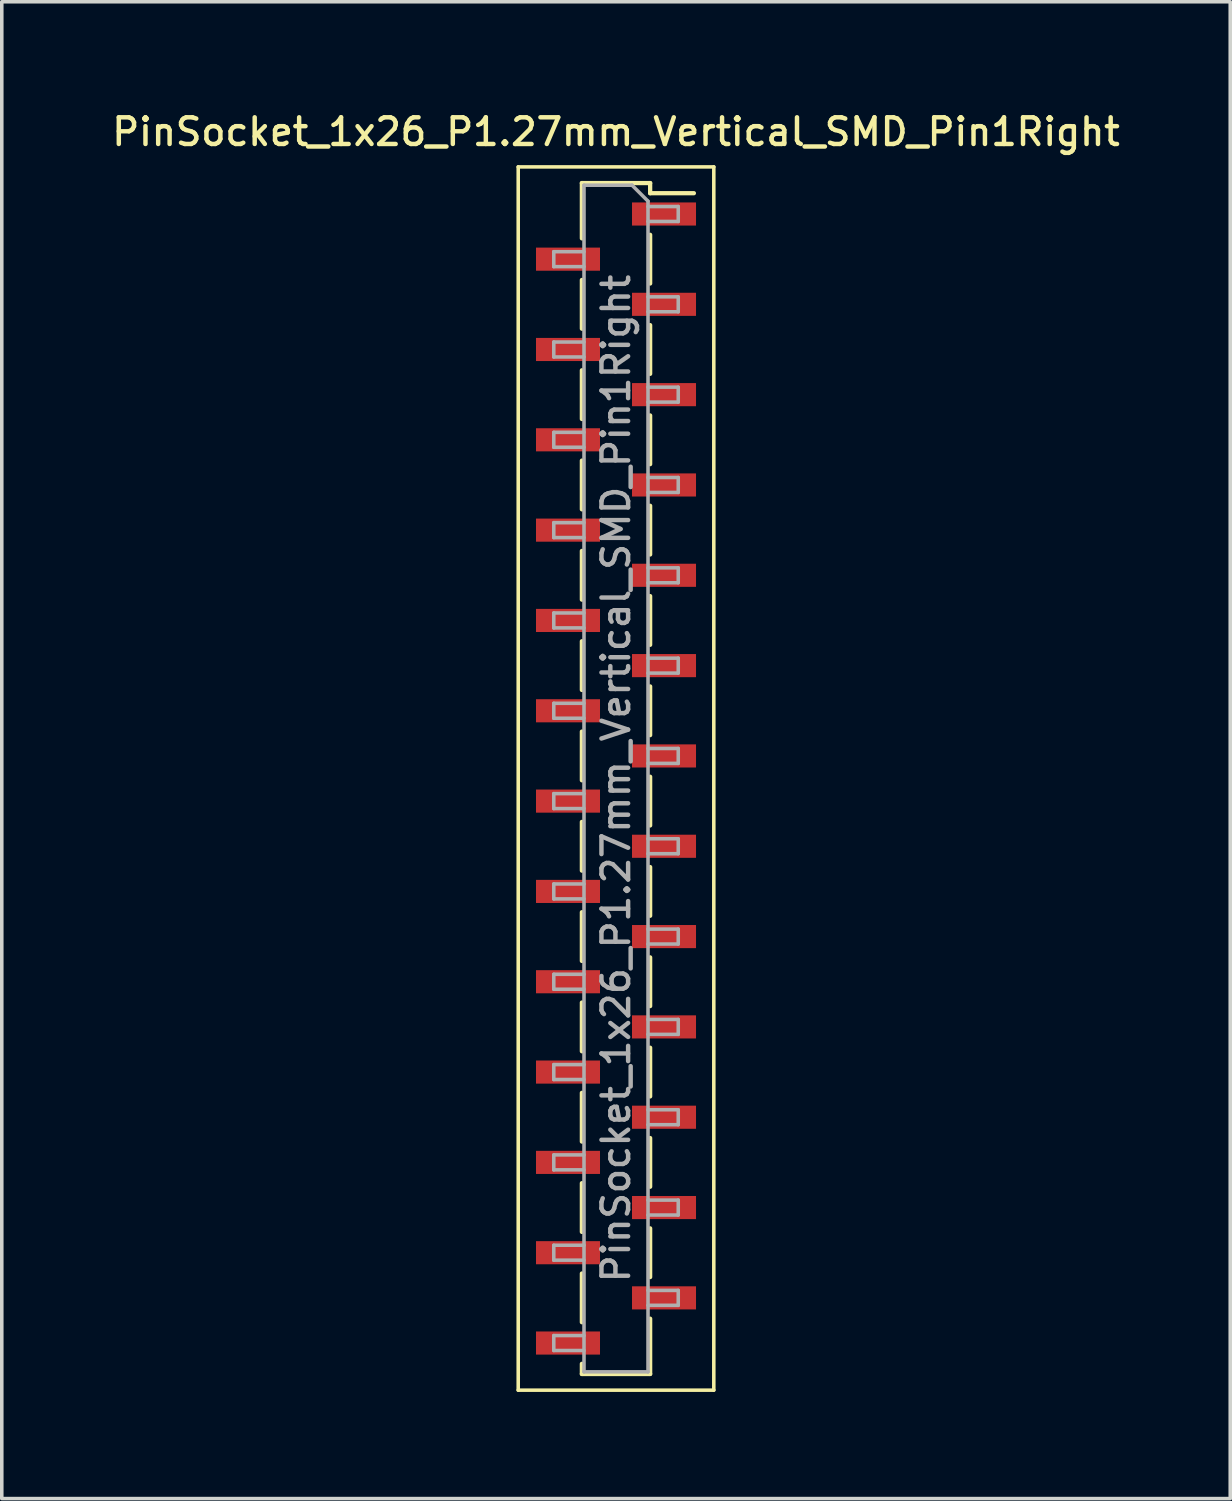
<source format=kicad_pcb>
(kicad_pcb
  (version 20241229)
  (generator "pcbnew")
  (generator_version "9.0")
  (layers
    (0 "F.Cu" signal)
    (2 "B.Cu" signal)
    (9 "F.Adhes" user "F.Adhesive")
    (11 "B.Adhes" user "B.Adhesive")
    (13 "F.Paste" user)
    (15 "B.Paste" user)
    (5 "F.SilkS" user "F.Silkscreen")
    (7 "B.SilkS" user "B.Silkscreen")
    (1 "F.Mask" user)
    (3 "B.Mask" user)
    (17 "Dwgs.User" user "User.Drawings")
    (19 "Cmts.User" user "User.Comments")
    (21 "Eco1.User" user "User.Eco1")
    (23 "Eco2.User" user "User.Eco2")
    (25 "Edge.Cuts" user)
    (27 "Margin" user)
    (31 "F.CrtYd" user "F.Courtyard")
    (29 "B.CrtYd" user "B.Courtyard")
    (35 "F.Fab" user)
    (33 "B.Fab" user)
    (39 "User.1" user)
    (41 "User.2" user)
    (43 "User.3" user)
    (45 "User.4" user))
  (footprint "PinSocket_1x26_P1.27mm_Vertical_SMD_Pin1Right"
    (layer "F.Cu")
    (at 14.273 18.843)
    (property "Reference" "PinSocket_1x26_P1.27mm_Vertical_SMD_Pin1Right" (at 0 -18.185 0) (layer "F.SilkS") (effects (font (size 0.75 0.75) (thickness 0.125))))
    (attr smd)
    (fp_line (start -2.75 -17.2) (end 2.75 -17.2) (stroke (width 0.1) (type solid)) (layer "F.SilkS"))
    (fp_line (start -2.75 17.2) (end -2.75 -17.2) (stroke (width 0.1) (type solid)) (layer "F.SilkS"))
    (fp_line (start -0.96 -16.745) (end -0.96 -15.19) (stroke (width 0.12) (type solid)) (layer "F.SilkS"))
    (fp_line (start -0.96 -16.745) (end 0.96 -16.745) (stroke (width 0.12) (type solid)) (layer "F.SilkS"))
    (fp_line (start -0.96 -14.02) (end -0.96 -12.65) (stroke (width 0.12) (type solid)) (layer "F.SilkS"))
    (fp_line (start -0.96 -11.48) (end -0.96 -10.11) (stroke (width 0.12) (type solid)) (layer "F.SilkS"))
    (fp_line (start -0.96 -8.94) (end -0.96 -7.57) (stroke (width 0.12) (type solid)) (layer "F.SilkS"))
    (fp_line (start -0.96 -6.4) (end -0.96 -5.03) (stroke (width 0.12) (type solid)) (layer "F.SilkS"))
    (fp_line (start -0.96 -3.86) (end -0.96 -2.49) (stroke (width 0.12) (type solid)) (layer "F.SilkS"))
    (fp_line (start -0.96 -1.32) (end -0.96 0.05) (stroke (width 0.12) (type solid)) (layer "F.SilkS"))
    (fp_line (start -0.96 1.22) (end -0.96 2.59) (stroke (width 0.12) (type solid)) (layer "F.SilkS"))
    (fp_line (start -0.96 3.76) (end -0.96 5.13) (stroke (width 0.12) (type solid)) (layer "F.SilkS"))
    (fp_line (start -0.96 6.3) (end -0.96 7.67) (stroke (width 0.12) (type solid)) (layer "F.SilkS"))
    (fp_line (start -0.96 8.84) (end -0.96 10.21) (stroke (width 0.12) (type solid)) (layer "F.SilkS"))
    (fp_line (start -0.96 11.38) (end -0.96 12.75) (stroke (width 0.12) (type solid)) (layer "F.SilkS"))
    (fp_line (start -0.96 13.92) (end -0.96 15.29) (stroke (width 0.12) (type solid)) (layer "F.SilkS"))
    (fp_line (start -0.96 16.46) (end -0.96 16.745) (stroke (width 0.12) (type solid)) (layer "F.SilkS"))
    (fp_line (start -0.96 16.745) (end 0.96 16.745) (stroke (width 0.12) (type solid)) (layer "F.SilkS"))
    (fp_line (start 0.96 -16.745) (end 0.96 -16.46) (stroke (width 0.12) (type solid)) (layer "F.SilkS"))
    (fp_line (start 0.96 -16.46) (end 2.19 -16.46) (stroke (width 0.12) (type solid)) (layer "F.SilkS"))
    (fp_line (start 0.96 -15.29) (end 0.96 -13.92) (stroke (width 0.12) (type solid)) (layer "F.SilkS"))
    (fp_line (start 0.96 -12.75) (end 0.96 -11.38) (stroke (width 0.12) (type solid)) (layer "F.SilkS"))
    (fp_line (start 0.96 -10.21) (end 0.96 -8.84) (stroke (width 0.12) (type solid)) (layer "F.SilkS"))
    (fp_line (start 0.96 -7.67) (end 0.96 -6.3) (stroke (width 0.12) (type solid)) (layer "F.SilkS"))
    (fp_line (start 0.96 -5.13) (end 0.96 -3.76) (stroke (width 0.12) (type solid)) (layer "F.SilkS"))
    (fp_line (start 0.96 -2.59) (end 0.96 -1.22) (stroke (width 0.12) (type solid)) (layer "F.SilkS"))
    (fp_line (start 0.96 -0.05) (end 0.96 1.32) (stroke (width 0.12) (type solid)) (layer "F.SilkS"))
    (fp_line (start 0.96 2.49) (end 0.96 3.86) (stroke (width 0.12) (type solid)) (layer "F.SilkS"))
    (fp_line (start 0.96 5.03) (end 0.96 6.4) (stroke (width 0.12) (type solid)) (layer "F.SilkS"))
    (fp_line (start 0.96 7.57) (end 0.96 8.94) (stroke (width 0.12) (type solid)) (layer "F.SilkS"))
    (fp_line (start 0.96 10.11) (end 0.96 11.48) (stroke (width 0.12) (type solid)) (layer "F.SilkS"))
    (fp_line (start 0.96 12.65) (end 0.96 14.02) (stroke (width 0.12) (type solid)) (layer "F.SilkS"))
    (fp_line (start 0.96 15.19) (end 0.96 16.745) (stroke (width 0.12) (type solid)) (layer "F.SilkS"))
    (fp_line (start 2.75 -17.2) (end 2.75 17.2) (stroke (width 0.1) (type solid)) (layer "F.SilkS"))
    (fp_line (start 2.75 17.2) (end -2.75 17.2) (stroke (width 0.1) (type solid)) (layer "F.SilkS"))
    (fp_line (start -1.75 -14.815) (end -0.9 -14.815) (stroke (width 0.1) (type solid)) (layer "F.Fab"))
    (fp_line (start -1.75 -14.395) (end -1.75 -14.815) (stroke (width 0.1) (type solid)) (layer "F.Fab"))
    (fp_line (start -1.75 -12.275) (end -0.9 -12.275) (stroke (width 0.1) (type solid)) (layer "F.Fab"))
    (fp_line (start -1.75 -11.855) (end -1.75 -12.275) (stroke (width 0.1) (type solid)) (layer "F.Fab"))
    (fp_line (start -1.75 -9.735) (end -0.9 -9.735) (stroke (width 0.1) (type solid)) (layer "F.Fab"))
    (fp_line (start -1.75 -9.315) (end -1.75 -9.735) (stroke (width 0.1) (type solid)) (layer "F.Fab"))
    (fp_line (start -1.75 -7.195) (end -0.9 -7.195) (stroke (width 0.1) (type solid)) (layer "F.Fab"))
    (fp_line (start -1.75 -6.775) (end -1.75 -7.195) (stroke (width 0.1) (type solid)) (layer "F.Fab"))
    (fp_line (start -1.75 -4.655) (end -0.9 -4.655) (stroke (width 0.1) (type solid)) (layer "F.Fab"))
    (fp_line (start -1.75 -4.235) (end -1.75 -4.655) (stroke (width 0.1) (type solid)) (layer "F.Fab"))
    (fp_line (start -1.75 -2.115) (end -0.9 -2.115) (stroke (width 0.1) (type solid)) (layer "F.Fab"))
    (fp_line (start -1.75 -1.695) (end -1.75 -2.115) (stroke (width 0.1) (type solid)) (layer "F.Fab"))
    (fp_line (start -1.75 0.425) (end -0.9 0.425) (stroke (width 0.1) (type solid)) (layer "F.Fab"))
    (fp_line (start -1.75 0.845) (end -1.75 0.425) (stroke (width 0.1) (type solid)) (layer "F.Fab"))
    (fp_line (start -1.75 2.965) (end -0.9 2.965) (stroke (width 0.1) (type solid)) (layer "F.Fab"))
    (fp_line (start -1.75 3.385) (end -1.75 2.965) (stroke (width 0.1) (type solid)) (layer "F.Fab"))
    (fp_line (start -1.75 5.505) (end -0.9 5.505) (stroke (width 0.1) (type solid)) (layer "F.Fab"))
    (fp_line (start -1.75 5.925) (end -1.75 5.505) (stroke (width 0.1) (type solid)) (layer "F.Fab"))
    (fp_line (start -1.75 8.045) (end -0.9 8.045) (stroke (width 0.1) (type solid)) (layer "F.Fab"))
    (fp_line (start -1.75 8.465) (end -1.75 8.045) (stroke (width 0.1) (type solid)) (layer "F.Fab"))
    (fp_line (start -1.75 10.585) (end -0.9 10.585) (stroke (width 0.1) (type solid)) (layer "F.Fab"))
    (fp_line (start -1.75 11.005) (end -1.75 10.585) (stroke (width 0.1) (type solid)) (layer "F.Fab"))
    (fp_line (start -1.75 13.125) (end -0.9 13.125) (stroke (width 0.1) (type solid)) (layer "F.Fab"))
    (fp_line (start -1.75 13.545) (end -1.75 13.125) (stroke (width 0.1) (type solid)) (layer "F.Fab"))
    (fp_line (start -1.75 15.665) (end -0.9 15.665) (stroke (width 0.1) (type solid)) (layer "F.Fab"))
    (fp_line (start -1.75 16.085) (end -1.75 15.665) (stroke (width 0.1) (type solid)) (layer "F.Fab"))
    (fp_line (start -0.9 -16.685) (end 0.45 -16.685) (stroke (width 0.1) (type solid)) (layer "F.Fab"))
    (fp_line (start -0.9 -14.395) (end -1.75 -14.395) (stroke (width 0.1) (type solid)) (layer "F.Fab"))
    (fp_line (start -0.9 -11.855) (end -1.75 -11.855) (stroke (width 0.1) (type solid)) (layer "F.Fab"))
    (fp_line (start -0.9 -9.315) (end -1.75 -9.315) (stroke (width 0.1) (type solid)) (layer "F.Fab"))
    (fp_line (start -0.9 -6.775) (end -1.75 -6.775) (stroke (width 0.1) (type solid)) (layer "F.Fab"))
    (fp_line (start -0.9 -4.235) (end -1.75 -4.235) (stroke (width 0.1) (type solid)) (layer "F.Fab"))
    (fp_line (start -0.9 -1.695) (end -1.75 -1.695) (stroke (width 0.1) (type solid)) (layer "F.Fab"))
    (fp_line (start -0.9 0.845) (end -1.75 0.845) (stroke (width 0.1) (type solid)) (layer "F.Fab"))
    (fp_line (start -0.9 3.385) (end -1.75 3.385) (stroke (width 0.1) (type solid)) (layer "F.Fab"))
    (fp_line (start -0.9 5.925) (end -1.75 5.925) (stroke (width 0.1) (type solid)) (layer "F.Fab"))
    (fp_line (start -0.9 8.465) (end -1.75 8.465) (stroke (width 0.1) (type solid)) (layer "F.Fab"))
    (fp_line (start -0.9 11.005) (end -1.75 11.005) (stroke (width 0.1) (type solid)) (layer "F.Fab"))
    (fp_line (start -0.9 13.545) (end -1.75 13.545) (stroke (width 0.1) (type solid)) (layer "F.Fab"))
    (fp_line (start -0.9 16.085) (end -1.75 16.085) (stroke (width 0.1) (type solid)) (layer "F.Fab"))
    (fp_line (start -0.9 16.685) (end -0.9 -16.685) (stroke (width 0.1) (type solid)) (layer "F.Fab"))
    (fp_line (start 0.45 -16.685) (end 0.9 -16.235) (stroke (width 0.1) (type solid)) (layer "F.Fab"))
    (fp_line (start 0.9 -16.235) (end 0.9 16.685) (stroke (width 0.1) (type solid)) (layer "F.Fab"))
    (fp_line (start 0.9 -16.085) (end 1.75 -16.085) (stroke (width 0.1) (type solid)) (layer "F.Fab"))
    (fp_line (start 0.9 -13.545) (end 1.75 -13.545) (stroke (width 0.1) (type solid)) (layer "F.Fab"))
    (fp_line (start 0.9 -11.005) (end 1.75 -11.005) (stroke (width 0.1) (type solid)) (layer "F.Fab"))
    (fp_line (start 0.9 -8.465) (end 1.75 -8.465) (stroke (width 0.1) (type solid)) (layer "F.Fab"))
    (fp_line (start 0.9 -5.925) (end 1.75 -5.925) (stroke (width 0.1) (type solid)) (layer "F.Fab"))
    (fp_line (start 0.9 -3.385) (end 1.75 -3.385) (stroke (width 0.1) (type solid)) (layer "F.Fab"))
    (fp_line (start 0.9 -0.845) (end 1.75 -0.845) (stroke (width 0.1) (type solid)) (layer "F.Fab"))
    (fp_line (start 0.9 1.695) (end 1.75 1.695) (stroke (width 0.1) (type solid)) (layer "F.Fab"))
    (fp_line (start 0.9 4.235) (end 1.75 4.235) (stroke (width 0.1) (type solid)) (layer "F.Fab"))
    (fp_line (start 0.9 6.775) (end 1.75 6.775) (stroke (width 0.1) (type solid)) (layer "F.Fab"))
    (fp_line (start 0.9 9.315) (end 1.75 9.315) (stroke (width 0.1) (type solid)) (layer "F.Fab"))
    (fp_line (start 0.9 11.855) (end 1.75 11.855) (stroke (width 0.1) (type solid)) (layer "F.Fab"))
    (fp_line (start 0.9 14.395) (end 1.75 14.395) (stroke (width 0.1) (type solid)) (layer "F.Fab"))
    (fp_line (start 0.9 16.685) (end -0.9 16.685) (stroke (width 0.1) (type solid)) (layer "F.Fab"))
    (fp_line (start 1.75 -16.085) (end 1.75 -15.665) (stroke (width 0.1) (type solid)) (layer "F.Fab"))
    (fp_line (start 1.75 -15.665) (end 0.9 -15.665) (stroke (width 0.1) (type solid)) (layer "F.Fab"))
    (fp_line (start 1.75 -13.545) (end 1.75 -13.125) (stroke (width 0.1) (type solid)) (layer "F.Fab"))
    (fp_line (start 1.75 -13.125) (end 0.9 -13.125) (stroke (width 0.1) (type solid)) (layer "F.Fab"))
    (fp_line (start 1.75 -11.005) (end 1.75 -10.585) (stroke (width 0.1) (type solid)) (layer "F.Fab"))
    (fp_line (start 1.75 -10.585) (end 0.9 -10.585) (stroke (width 0.1) (type solid)) (layer "F.Fab"))
    (fp_line (start 1.75 -8.465) (end 1.75 -8.045) (stroke (width 0.1) (type solid)) (layer "F.Fab"))
    (fp_line (start 1.75 -8.045) (end 0.9 -8.045) (stroke (width 0.1) (type solid)) (layer "F.Fab"))
    (fp_line (start 1.75 -5.925) (end 1.75 -5.505) (stroke (width 0.1) (type solid)) (layer "F.Fab"))
    (fp_line (start 1.75 -5.505) (end 0.9 -5.505) (stroke (width 0.1) (type solid)) (layer "F.Fab"))
    (fp_line (start 1.75 -3.385) (end 1.75 -2.965) (stroke (width 0.1) (type solid)) (layer "F.Fab"))
    (fp_line (start 1.75 -2.965) (end 0.9 -2.965) (stroke (width 0.1) (type solid)) (layer "F.Fab"))
    (fp_line (start 1.75 -0.845) (end 1.75 -0.425) (stroke (width 0.1) (type solid)) (layer "F.Fab"))
    (fp_line (start 1.75 -0.425) (end 0.9 -0.425) (stroke (width 0.1) (type solid)) (layer "F.Fab"))
    (fp_line (start 1.75 1.695) (end 1.75 2.115) (stroke (width 0.1) (type solid)) (layer "F.Fab"))
    (fp_line (start 1.75 2.115) (end 0.9 2.115) (stroke (width 0.1) (type solid)) (layer "F.Fab"))
    (fp_line (start 1.75 4.235) (end 1.75 4.655) (stroke (width 0.1) (type solid)) (layer "F.Fab"))
    (fp_line (start 1.75 4.655) (end 0.9 4.655) (stroke (width 0.1) (type solid)) (layer "F.Fab"))
    (fp_line (start 1.75 6.775) (end 1.75 7.195) (stroke (width 0.1) (type solid)) (layer "F.Fab"))
    (fp_line (start 1.75 7.195) (end 0.9 7.195) (stroke (width 0.1) (type solid)) (layer "F.Fab"))
    (fp_line (start 1.75 9.315) (end 1.75 9.735) (stroke (width 0.1) (type solid)) (layer "F.Fab"))
    (fp_line (start 1.75 9.735) (end 0.9 9.735) (stroke (width 0.1) (type solid)) (layer "F.Fab"))
    (fp_line (start 1.75 11.855) (end 1.75 12.275) (stroke (width 0.1) (type solid)) (layer "F.Fab"))
    (fp_line (start 1.75 12.275) (end 0.9 12.275) (stroke (width 0.1) (type solid)) (layer "F.Fab"))
    (fp_line (start 1.75 14.395) (end 1.75 14.815) (stroke (width 0.1) (type solid)) (layer "F.Fab"))
    (fp_line (start 1.75 14.815) (end 0.9 14.815) (stroke (width 0.1) (type solid)) (layer "F.Fab"))
    (fp_text user "${REFERENCE}" (at 0 0 90) (layer "F.Fab") (effects (font (size 0.75 0.75) (thickness 0.125))))
    (pad "1" smd rect (at 1.35 -15.875) (size 1.8 0.65) (layers "F.Cu" "F.Mask" "F.Paste"))
    (pad "2" smd rect (at -1.35 -14.605) (size 1.8 0.65) (layers "F.Cu" "F.Mask" "F.Paste"))
    (pad "3" smd rect (at 1.35 -13.335) (size 1.8 0.65) (layers "F.Cu" "F.Mask" "F.Paste"))
    (pad "4" smd rect (at -1.35 -12.065) (size 1.8 0.65) (layers "F.Cu" "F.Mask" "F.Paste"))
    (pad "5" smd rect (at 1.35 -10.795) (size 1.8 0.65) (layers "F.Cu" "F.Mask" "F.Paste"))
    (pad "6" smd rect (at -1.35 -9.525) (size 1.8 0.65) (layers "F.Cu" "F.Mask" "F.Paste"))
    (pad "7" smd rect (at 1.35 -8.255) (size 1.8 0.65) (layers "F.Cu" "F.Mask" "F.Paste"))
    (pad "8" smd rect (at -1.35 -6.985) (size 1.8 0.65) (layers "F.Cu" "F.Mask" "F.Paste"))
    (pad "9" smd rect (at 1.35 -5.715) (size 1.8 0.65) (layers "F.Cu" "F.Mask" "F.Paste"))
    (pad "10" smd rect (at -1.35 -4.445) (size 1.8 0.65) (layers "F.Cu" "F.Mask" "F.Paste"))
    (pad "11" smd rect (at 1.35 -3.175) (size 1.8 0.65) (layers "F.Cu" "F.Mask" "F.Paste"))
    (pad "12" smd rect (at -1.35 -1.905) (size 1.8 0.65) (layers "F.Cu" "F.Mask" "F.Paste"))
    (pad "13" smd rect (at 1.35 -0.635) (size 1.8 0.65) (layers "F.Cu" "F.Mask" "F.Paste"))
    (pad "14" smd rect (at -1.35 0.635) (size 1.8 0.65) (layers "F.Cu" "F.Mask" "F.Paste"))
    (pad "15" smd rect (at 1.35 1.905) (size 1.8 0.65) (layers "F.Cu" "F.Mask" "F.Paste"))
    (pad "16" smd rect (at -1.35 3.175) (size 1.8 0.65) (layers "F.Cu" "F.Mask" "F.Paste"))
    (pad "17" smd rect (at 1.35 4.445) (size 1.8 0.65) (layers "F.Cu" "F.Mask" "F.Paste"))
    (pad "18" smd rect (at -1.35 5.715) (size 1.8 0.65) (layers "F.Cu" "F.Mask" "F.Paste"))
    (pad "19" smd rect (at 1.35 6.985) (size 1.8 0.65) (layers "F.Cu" "F.Mask" "F.Paste"))
    (pad "20" smd rect (at -1.35 8.255) (size 1.8 0.65) (layers "F.Cu" "F.Mask" "F.Paste"))
    (pad "21" smd rect (at 1.35 9.525) (size 1.8 0.65) (layers "F.Cu" "F.Mask" "F.Paste"))
    (pad "22" smd rect (at -1.35 10.795) (size 1.8 0.65) (layers "F.Cu" "F.Mask" "F.Paste"))
    (pad "23" smd rect (at 1.35 12.065) (size 1.8 0.65) (layers "F.Cu" "F.Mask" "F.Paste"))
    (pad "24" smd rect (at -1.35 13.335) (size 1.8 0.65) (layers "F.Cu" "F.Mask" "F.Paste"))
    (pad "25" smd rect (at 1.35 14.605) (size 1.8 0.65) (layers "F.Cu" "F.Mask" "F.Paste"))
    (pad "26" smd rect (at -1.35 15.875) (size 1.8 0.65) (layers "F.Cu" "F.Mask" "F.Paste")))
  (gr_rect
    (start -3 -3)
    (end 31.546 39.093)
    (stroke (width 0.1) (type default))
    (fill no)
    (layer "Edge.Cuts")))
</source>
